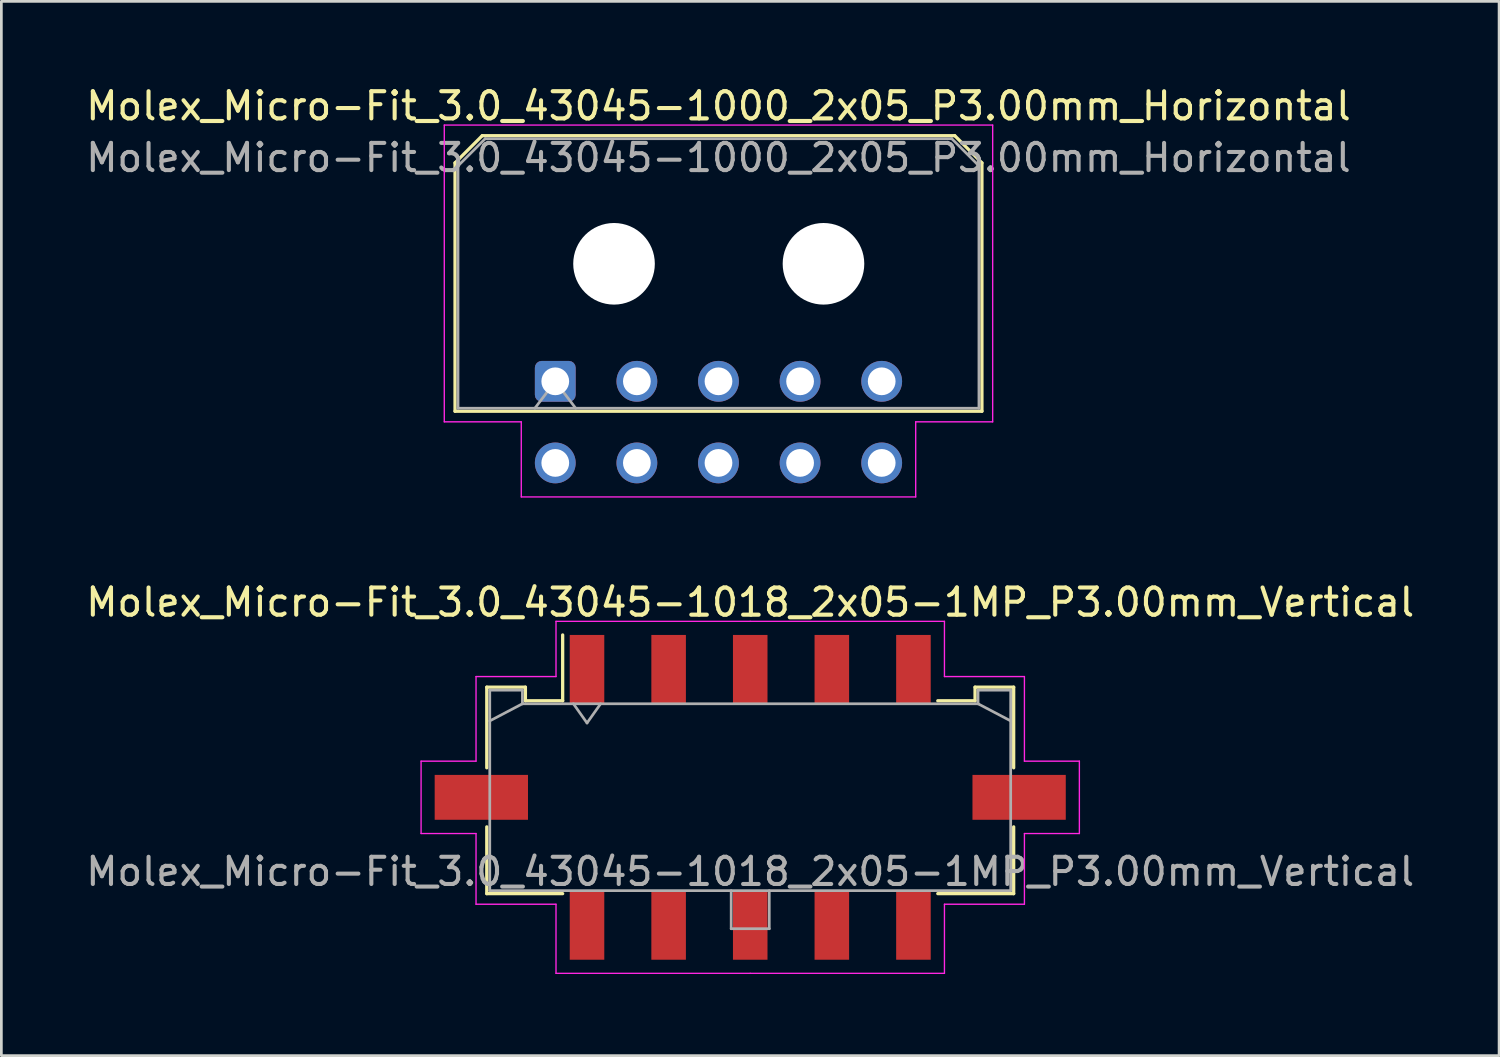
<source format=kicad_pcb>
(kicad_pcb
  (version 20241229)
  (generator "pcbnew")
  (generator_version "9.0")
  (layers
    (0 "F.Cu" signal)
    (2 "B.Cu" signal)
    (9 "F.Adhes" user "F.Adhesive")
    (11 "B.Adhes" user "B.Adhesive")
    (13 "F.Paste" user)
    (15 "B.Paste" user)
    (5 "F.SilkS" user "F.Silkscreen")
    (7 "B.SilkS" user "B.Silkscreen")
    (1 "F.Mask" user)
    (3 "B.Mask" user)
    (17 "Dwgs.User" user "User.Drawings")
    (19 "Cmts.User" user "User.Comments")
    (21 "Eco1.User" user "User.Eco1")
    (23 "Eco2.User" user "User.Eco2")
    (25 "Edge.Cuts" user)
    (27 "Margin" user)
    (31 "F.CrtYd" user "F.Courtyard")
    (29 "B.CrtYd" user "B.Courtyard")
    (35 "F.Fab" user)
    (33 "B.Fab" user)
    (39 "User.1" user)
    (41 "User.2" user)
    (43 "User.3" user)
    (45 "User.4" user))
  (footprint "Molex_Micro-Fit_3.0_43045-1000_2x05_P3.00mm_Horizontal"
    (layer "F.Cu")
    (at 17.363 10.968)
    (property "Reference" "Molex_Micro-Fit_3.0_43045-1000_2x05_P3.00mm_Horizontal" (at 6 -10.12 0) (layer "F.SilkS") (effects (font (size 1 1) (thickness 0.15))))
    (attr through_hole)
    (fp_line (start -3.685 -8.03) (end -2.685 -9.03) (stroke (width 0.12) (type solid)) (layer "F.SilkS"))
    (fp_line (start -3.685 1.1) (end -3.685 -8.03) (stroke (width 0.12) (type solid)) (layer "F.SilkS"))
    (fp_line (start -2.685 -9.03) (end 14.685 -9.03) (stroke (width 0.12) (type solid)) (layer "F.SilkS"))
    (fp_line (start 14.685 -9.03) (end 15.685 -8.03) (stroke (width 0.12) (type solid)) (layer "F.SilkS"))
    (fp_line (start 15.685 -8.03) (end 15.685 1.1) (stroke (width 0.12) (type solid)) (layer "F.SilkS"))
    (fp_line (start 15.685 1.1) (end -3.685 1.1) (stroke (width 0.12) (type solid)) (layer "F.SilkS"))
    (fp_line (start -4.08 -9.42) (end 16.08 -9.42) (stroke (width 0.05) (type solid)) (layer "F.CrtYd"))
    (fp_line (start -4.08 1.49) (end -4.08 -9.42) (stroke (width 0.05) (type solid)) (layer "F.CrtYd"))
    (fp_line (start -1.25 1.49) (end -4.08 1.49) (stroke (width 0.05) (type solid)) (layer "F.CrtYd"))
    (fp_line (start -1.25 4.25) (end -1.25 1.49) (stroke (width 0.05) (type solid)) (layer "F.CrtYd"))
    (fp_line (start 13.25 1.49) (end 13.25 4.25) (stroke (width 0.05) (type solid)) (layer "F.CrtYd"))
    (fp_line (start 13.25 4.25) (end -1.25 4.25) (stroke (width 0.05) (type solid)) (layer "F.CrtYd"))
    (fp_line (start 16.08 -9.42) (end 16.08 1.49) (stroke (width 0.05) (type solid)) (layer "F.CrtYd"))
    (fp_line (start 16.08 1.49) (end 13.25 1.49) (stroke (width 0.05) (type solid)) (layer "F.CrtYd"))
    (fp_line (start -3.575 -7.92) (end -2.575 -8.92) (stroke (width 0.1) (type solid)) (layer "F.Fab"))
    (fp_line (start -3.575 0.99) (end -3.575 -7.92) (stroke (width 0.1) (type solid)) (layer "F.Fab"))
    (fp_line (start -2.575 -8.92) (end 14.575 -8.92) (stroke (width 0.1) (type solid)) (layer "F.Fab"))
    (fp_line (start -0.75 0.99) (end 0 0) (stroke (width 0.1) (type solid)) (layer "F.Fab"))
    (fp_line (start 0 0) (end 0.75 0.99) (stroke (width 0.1) (type solid)) (layer "F.Fab"))
    (fp_line (start 14.575 -8.92) (end 15.575 -7.92) (stroke (width 0.1) (type solid)) (layer "F.Fab"))
    (fp_line (start 15.575 -7.92) (end 15.575 0.99) (stroke (width 0.1) (type solid)) (layer "F.Fab"))
    (fp_line (start 15.575 0.99) (end -3.575 0.99) (stroke (width 0.1) (type solid)) (layer "F.Fab"))
    (fp_text user "${REFERENCE}" (at 6 -8.22 0) (layer "F.Fab") (effects (font (size 1 1) (thickness 0.15))))
    (pad "" np_thru_hole circle (at 2.16 -4.32) (size 3 3) (drill 3) (layers "*.Cu" "*.Mask"))
    (pad "" np_thru_hole circle (at 9.86 -4.32) (size 3 3) (drill 3) (layers "*.Cu" "*.Mask"))
    (pad "1" thru_hole roundrect (at 0 0) (size 1.5 1.5) (drill 1.02) (layers "*.Cu" "*.Mask") (roundrect_rratio 0.167))
    (pad "2" thru_hole circle (at 3 0) (size 1.5 1.5) (drill 1.02) (layers "*.Cu" "*.Mask"))
    (pad "3" thru_hole circle (at 6 0) (size 1.5 1.5) (drill 1.02) (layers "*.Cu" "*.Mask"))
    (pad "4" thru_hole circle (at 9 0) (size 1.5 1.5) (drill 1.02) (layers "*.Cu" "*.Mask"))
    (pad "5" thru_hole circle (at 12 0) (size 1.5 1.5) (drill 1.02) (layers "*.Cu" "*.Mask"))
    (pad "6" thru_hole circle (at 0 3) (size 1.5 1.5) (drill 1.02) (layers "*.Cu" "*.Mask"))
    (pad "7" thru_hole circle (at 3 3) (size 1.5 1.5) (drill 1.02) (layers "*.Cu" "*.Mask"))
    (pad "8" thru_hole circle (at 6 3) (size 1.5 1.5) (drill 1.02) (layers "*.Cu" "*.Mask"))
    (pad "9" thru_hole circle (at 9 3) (size 1.5 1.5) (drill 1.02) (layers "*.Cu" "*.Mask"))
    (pad "10" thru_hole circle (at 12 3) (size 1.5 1.5) (drill 1.02) (layers "*.Cu" "*.Mask")))
  (footprint "Molex_Micro-Fit_3.0_43045-1018_2x05-1MP_P3.00mm_Vertical"
    (layer "F.Cu")
    (at 24.53 26.262)
    (property "Reference" "Molex_Micro-Fit_3.0_43045-1018_2x05-1MP_P3.00mm_Vertical" (at 0 -7.17 0) (layer "F.SilkS") (effects (font (size 1 1) (thickness 0.15))))
    (attr smd)
    (fp_line (start -9.685 -4.05) (end -8.265 -4.05) (stroke (width 0.12) (type solid)) (layer "F.SilkS"))
    (fp_line (start -9.685 -1.085) (end -9.685 -4.05) (stroke (width 0.12) (type solid)) (layer "F.SilkS"))
    (fp_line (start -9.685 1.085) (end -9.685 3.54) (stroke (width 0.12) (type solid)) (layer "F.SilkS"))
    (fp_line (start -9.685 3.54) (end -6.895 3.54) (stroke (width 0.12) (type solid)) (layer "F.SilkS"))
    (fp_line (start -8.265 -4.05) (end -8.265 -3.55) (stroke (width 0.12) (type solid)) (layer "F.SilkS"))
    (fp_line (start -8.265 -3.55) (end -6.895 -3.55) (stroke (width 0.12) (type solid)) (layer "F.SilkS"))
    (fp_line (start -6.895 -3.55) (end -6.895 -5.97) (stroke (width 0.12) (type solid)) (layer "F.SilkS"))
    (fp_line (start 8.265 -4.05) (end 8.265 -3.55) (stroke (width 0.12) (type solid)) (layer "F.SilkS"))
    (fp_line (start 8.265 -3.55) (end 6.895 -3.55) (stroke (width 0.12) (type solid)) (layer "F.SilkS"))
    (fp_line (start 9.685 -4.05) (end 8.265 -4.05) (stroke (width 0.12) (type solid)) (layer "F.SilkS"))
    (fp_line (start 9.685 -1.085) (end 9.685 -4.05) (stroke (width 0.12) (type solid)) (layer "F.SilkS"))
    (fp_line (start 9.685 1.085) (end 9.685 3.54) (stroke (width 0.12) (type solid)) (layer "F.SilkS"))
    (fp_line (start 9.685 3.54) (end 6.895 3.54) (stroke (width 0.12) (type solid)) (layer "F.SilkS"))
    (fp_line (start -12.1 -1.33) (end -12.1 1.33) (stroke (width 0.05) (type solid)) (layer "F.CrtYd"))
    (fp_line (start -12.1 1.33) (end -10.08 1.33) (stroke (width 0.05) (type solid)) (layer "F.CrtYd"))
    (fp_line (start -10.08 -4.44) (end -10.08 -1.33) (stroke (width 0.05) (type solid)) (layer "F.CrtYd"))
    (fp_line (start -10.08 -1.33) (end -12.1 -1.33) (stroke (width 0.05) (type solid)) (layer "F.CrtYd"))
    (fp_line (start -10.08 1.33) (end -10.08 3.93) (stroke (width 0.05) (type solid)) (layer "F.CrtYd"))
    (fp_line (start -10.08 3.93) (end -7.14 3.93) (stroke (width 0.05) (type solid)) (layer "F.CrtYd"))
    (fp_line (start -7.14 -6.47) (end -7.14 -4.44) (stroke (width 0.05) (type solid)) (layer "F.CrtYd"))
    (fp_line (start -7.14 -4.44) (end -10.08 -4.44) (stroke (width 0.05) (type solid)) (layer "F.CrtYd"))
    (fp_line (start -7.14 3.93) (end -7.14 6.47) (stroke (width 0.05) (type solid)) (layer "F.CrtYd"))
    (fp_line (start -7.14 6.47) (end 0 6.47) (stroke (width 0.05) (type solid)) (layer "F.CrtYd"))
    (fp_line (start 0 -6.47) (end -7.14 -6.47) (stroke (width 0.05) (type solid)) (layer "F.CrtYd"))
    (fp_line (start 0 -6.47) (end 7.14 -6.47) (stroke (width 0.05) (type solid)) (layer "F.CrtYd"))
    (fp_line (start 7.14 -6.47) (end 7.14 -4.44) (stroke (width 0.05) (type solid)) (layer "F.CrtYd"))
    (fp_line (start 7.14 -4.44) (end 10.08 -4.44) (stroke (width 0.05) (type solid)) (layer "F.CrtYd"))
    (fp_line (start 7.14 3.93) (end 7.14 6.47) (stroke (width 0.05) (type solid)) (layer "F.CrtYd"))
    (fp_line (start 7.14 6.47) (end 0 6.47) (stroke (width 0.05) (type solid)) (layer "F.CrtYd"))
    (fp_line (start 10.08 -4.44) (end 10.08 -1.33) (stroke (width 0.05) (type solid)) (layer "F.CrtYd"))
    (fp_line (start 10.08 -1.33) (end 12.1 -1.33) (stroke (width 0.05) (type solid)) (layer "F.CrtYd"))
    (fp_line (start 10.08 1.33) (end 10.08 3.93) (stroke (width 0.05) (type solid)) (layer "F.CrtYd"))
    (fp_line (start 10.08 3.93) (end 7.14 3.93) (stroke (width 0.05) (type solid)) (layer "F.CrtYd"))
    (fp_line (start 12.1 -1.33) (end 12.1 1.33) (stroke (width 0.05) (type solid)) (layer "F.CrtYd"))
    (fp_line (start 12.1 1.33) (end 10.08 1.33) (stroke (width 0.05) (type solid)) (layer "F.CrtYd"))
    (fp_line (start -9.575 -3.94) (end -9.575 3.43) (stroke (width 0.1) (type solid)) (layer "F.Fab"))
    (fp_line (start -9.575 -2.81) (end -8.375 -3.44) (stroke (width 0.1) (type solid)) (layer "F.Fab"))
    (fp_line (start -9.575 3.43) (end 9.575 3.43) (stroke (width 0.1) (type solid)) (layer "F.Fab"))
    (fp_line (start -8.375 -3.94) (end -9.575 -3.94) (stroke (width 0.1) (type solid)) (layer "F.Fab"))
    (fp_line (start -8.375 -3.44) (end -8.375 -3.94) (stroke (width 0.1) (type solid)) (layer "F.Fab"))
    (fp_line (start -6.5 -3.44) (end -6 -2.733) (stroke (width 0.1) (type solid)) (layer "F.Fab"))
    (fp_line (start -6 -2.733) (end -5.5 -3.44) (stroke (width 0.1) (type solid)) (layer "F.Fab"))
    (fp_line (start -0.7 3.43) (end -0.7 4.83) (stroke (width 0.1) (type solid)) (layer "F.Fab"))
    (fp_line (start -0.7 4.83) (end 0.7 4.83) (stroke (width 0.1) (type solid)) (layer "F.Fab"))
    (fp_line (start 0.7 4.83) (end 0.7 3.43) (stroke (width 0.1) (type solid)) (layer "F.Fab"))
    (fp_line (start 8.375 -3.94) (end 8.375 -3.44) (stroke (width 0.1) (type solid)) (layer "F.Fab"))
    (fp_line (start 8.375 -3.44) (end -8.375 -3.44) (stroke (width 0.1) (type solid)) (layer "F.Fab"))
    (fp_line (start 9.575 -3.94) (end 8.375 -3.94) (stroke (width 0.1) (type solid)) (layer "F.Fab"))
    (fp_line (start 9.575 -2.81) (end 8.375 -3.44) (stroke (width 0.1) (type solid)) (layer "F.Fab"))
    (fp_line (start 9.575 3.43) (end 9.575 -3.94) (stroke (width 0.1) (type solid)) (layer "F.Fab"))
    (fp_text user "${REFERENCE}" (at 0 2.73 0) (layer "F.Fab") (effects (font (size 1 1) (thickness 0.15))))
    (pad "1" smd rect (at -6 -4.7) (size 1.27 2.54) (layers "F.Cu" "F.Mask" "F.Paste"))
    (pad "2" smd rect (at -3 -4.7) (size 1.27 2.54) (layers "F.Cu" "F.Mask" "F.Paste"))
    (pad "3" smd rect (at 0 -4.7) (size 1.27 2.54) (layers "F.Cu" "F.Mask" "F.Paste"))
    (pad "4" smd rect (at 3 -4.7) (size 1.27 2.54) (layers "F.Cu" "F.Mask" "F.Paste"))
    (pad "5" smd rect (at 6 -4.7) (size 1.27 2.54) (layers "F.Cu" "F.Mask" "F.Paste"))
    (pad "6" smd rect (at -6 4.7) (size 1.27 2.54) (layers "F.Cu" "F.Mask" "F.Paste"))
    (pad "7" smd rect (at -3 4.7) (size 1.27 2.54) (layers "F.Cu" "F.Mask" "F.Paste"))
    (pad "8" smd rect (at 0 4.7) (size 1.27 2.54) (layers "F.Cu" "F.Mask" "F.Paste"))
    (pad "9" smd rect (at 3 4.7) (size 1.27 2.54) (layers "F.Cu" "F.Mask" "F.Paste"))
    (pad "10" smd rect (at 6 4.7) (size 1.27 2.54) (layers "F.Cu" "F.Mask" "F.Paste"))
    (pad "MP" smd rect (at -9.885 0) (size 3.43 1.65) (layers "F.Cu" "F.Mask" "F.Paste"))
    (pad "MP" smd rect (at 9.885 0) (size 3.43 1.65) (layers "F.Cu" "F.Mask" "F.Paste")))
  (gr_rect
    (start -3 -3)
    (end 52.06 35.757)
    (stroke (width 0.1) (type default))
    (fill no)
    (layer "Edge.Cuts")))
</source>
